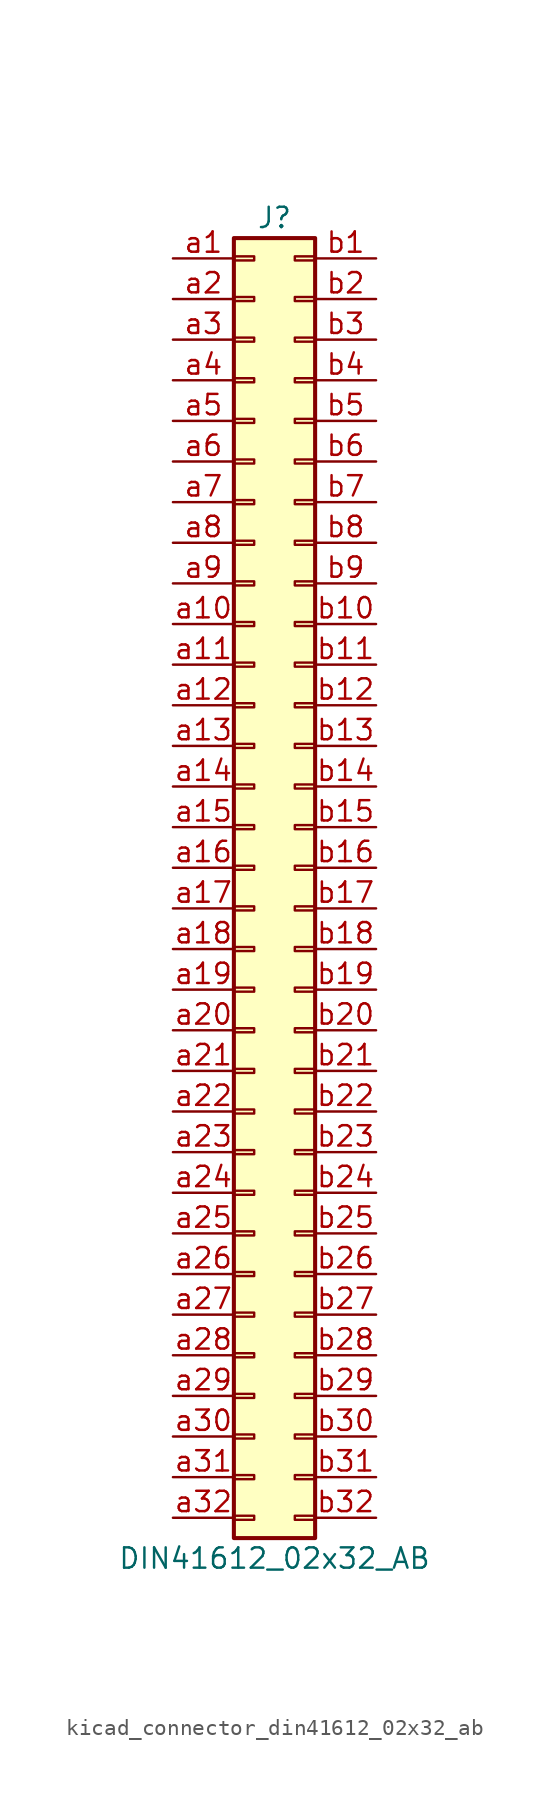
<source format=kicad_sym>
(kicad_symbol_lib
  (version 20220914)
  (generator kicad_symbol_editor)
  (symbol "kicad_connector_din41612_02x32_ab"
    (pin_names
      (offset 1.016) hide)
    (property "Reference" "J"
      (at 1.27 40.64 0)
      (effects (font (size 1.27 1.27))))
    (property "Value" "DIN41612_02x32_AB"
      (at 1.27 -43.18 0)
      (effects (font (size 1.27 1.27))))
    (symbol "kicad_connector_din41612_02x32_ab_1_1"
      (rectangle (start -1.27 -40.513) (end 0 -40.767) (stroke (width 0.152) (type default)) (fill (type none)))
      (rectangle (start -1.27 -37.973) (end 0 -38.227) (stroke (width 0.152) (type default)) (fill (type none)))
      (rectangle (start -1.27 -35.433) (end 0 -35.687) (stroke (width 0.152) (type default)) (fill (type none)))
      (rectangle (start -1.27 -32.893) (end 0 -33.147) (stroke (width 0.152) (type default)) (fill (type none)))
      (rectangle (start -1.27 -30.353) (end 0 -30.607) (stroke (width 0.152) (type default)) (fill (type none)))
      (rectangle (start -1.27 -27.813) (end 0 -28.067) (stroke (width 0.152) (type default)) (fill (type none)))
      (rectangle (start -1.27 -25.273) (end 0 -25.527) (stroke (width 0.152) (type default)) (fill (type none)))
      (rectangle (start -1.27 -22.733) (end 0 -22.987) (stroke (width 0.152) (type default)) (fill (type none)))
      (rectangle (start -1.27 -20.193) (end 0 -20.447) (stroke (width 0.152) (type default)) (fill (type none)))
      (rectangle (start -1.27 -17.653) (end 0 -17.907) (stroke (width 0.152) (type default)) (fill (type none)))
      (rectangle (start -1.27 -15.113) (end 0 -15.367) (stroke (width 0.152) (type default)) (fill (type none)))
      (rectangle (start -1.27 -12.573) (end 0 -12.827) (stroke (width 0.152) (type default)) (fill (type none)))
      (rectangle (start -1.27 -10.033) (end 0 -10.287) (stroke (width 0.152) (type default)) (fill (type none)))
      (rectangle (start -1.27 -7.493) (end 0 -7.747) (stroke (width 0.152) (type default)) (fill (type none)))
      (rectangle (start -1.27 -4.953) (end 0 -5.207) (stroke (width 0.152) (type default)) (fill (type none)))
      (rectangle (start -1.27 -2.413) (end 0 -2.667) (stroke (width 0.152) (type default)) (fill (type none)))
      (rectangle (start -1.27 0.127) (end 0 -0.127) (stroke (width 0.152) (type default)) (fill (type none)))
      (rectangle (start -1.27 2.667) (end 0 2.413) (stroke (width 0.152) (type default)) (fill (type none)))
      (rectangle (start -1.27 5.207) (end 0 4.953) (stroke (width 0.152) (type default)) (fill (type none)))
      (rectangle (start -1.27 7.747) (end 0 7.493) (stroke (width 0.152) (type default)) (fill (type none)))
      (rectangle (start -1.27 10.287) (end 0 10.033) (stroke (width 0.152) (type default)) (fill (type none)))
      (rectangle (start -1.27 12.827) (end 0 12.573) (stroke (width 0.152) (type default)) (fill (type none)))
      (rectangle (start -1.27 15.367) (end 0 15.113) (stroke (width 0.152) (type default)) (fill (type none)))
      (rectangle (start -1.27 17.907) (end 0 17.653) (stroke (width 0.152) (type default)) (fill (type none)))
      (rectangle (start -1.27 20.447) (end 0 20.193) (stroke (width 0.152) (type default)) (fill (type none)))
      (rectangle (start -1.27 22.987) (end 0 22.733) (stroke (width 0.152) (type default)) (fill (type none)))
      (rectangle (start -1.27 25.527) (end 0 25.273) (stroke (width 0.152) (type default)) (fill (type none)))
      (rectangle (start -1.27 28.067) (end 0 27.813) (stroke (width 0.152) (type default)) (fill (type none)))
      (rectangle (start -1.27 30.607) (end 0 30.353) (stroke (width 0.152) (type default)) (fill (type none)))
      (rectangle (start -1.27 33.147) (end 0 32.893) (stroke (width 0.152) (type default)) (fill (type none)))
      (rectangle (start -1.27 35.687) (end 0 35.433) (stroke (width 0.152) (type default)) (fill (type none)))
      (rectangle (start -1.27 38.227) (end 0 37.973) (stroke (width 0.152) (type default)) (fill (type none)))
      (rectangle (start -1.27 39.37) (end 3.81 -41.91) (stroke (width 0.254) (type default)) (fill (type background)))
      (rectangle (start 3.81 -40.513) (end 2.54 -40.767) (stroke (width 0.152) (type default)) (fill (type none)))
      (rectangle (start 3.81 -37.973) (end 2.54 -38.227) (stroke (width 0.152) (type default)) (fill (type none)))
      (rectangle (start 3.81 -35.433) (end 2.54 -35.687) (stroke (width 0.152) (type default)) (fill (type none)))
      (rectangle (start 3.81 -32.893) (end 2.54 -33.147) (stroke (width 0.152) (type default)) (fill (type none)))
      (rectangle (start 3.81 -30.353) (end 2.54 -30.607) (stroke (width 0.152) (type default)) (fill (type none)))
      (rectangle (start 3.81 -27.813) (end 2.54 -28.067) (stroke (width 0.152) (type default)) (fill (type none)))
      (rectangle (start 3.81 -25.273) (end 2.54 -25.527) (stroke (width 0.152) (type default)) (fill (type none)))
      (rectangle (start 3.81 -22.733) (end 2.54 -22.987) (stroke (width 0.152) (type default)) (fill (type none)))
      (rectangle (start 3.81 -20.193) (end 2.54 -20.447) (stroke (width 0.152) (type default)) (fill (type none)))
      (rectangle (start 3.81 -17.653) (end 2.54 -17.907) (stroke (width 0.152) (type default)) (fill (type none)))
      (rectangle (start 3.81 -15.113) (end 2.54 -15.367) (stroke (width 0.152) (type default)) (fill (type none)))
      (rectangle (start 3.81 -12.573) (end 2.54 -12.827) (stroke (width 0.152) (type default)) (fill (type none)))
      (rectangle (start 3.81 -10.033) (end 2.54 -10.287) (stroke (width 0.152) (type default)) (fill (type none)))
      (rectangle (start 3.81 -7.493) (end 2.54 -7.747) (stroke (width 0.152) (type default)) (fill (type none)))
      (rectangle (start 3.81 -4.953) (end 2.54 -5.207) (stroke (width 0.152) (type default)) (fill (type none)))
      (rectangle (start 3.81 -2.413) (end 2.54 -2.667) (stroke (width 0.152) (type default)) (fill (type none)))
      (rectangle (start 3.81 0.127) (end 2.54 -0.127) (stroke (width 0.152) (type default)) (fill (type none)))
      (rectangle (start 3.81 2.667) (end 2.54 2.413) (stroke (width 0.152) (type default)) (fill (type none)))
      (rectangle (start 3.81 5.207) (end 2.54 4.953) (stroke (width 0.152) (type default)) (fill (type none)))
      (rectangle (start 3.81 7.747) (end 2.54 7.493) (stroke (width 0.152) (type default)) (fill (type none)))
      (rectangle (start 3.81 10.287) (end 2.54 10.033) (stroke (width 0.152) (type default)) (fill (type none)))
      (rectangle (start 3.81 12.827) (end 2.54 12.573) (stroke (width 0.152) (type default)) (fill (type none)))
      (rectangle (start 3.81 15.367) (end 2.54 15.113) (stroke (width 0.152) (type default)) (fill (type none)))
      (rectangle (start 3.81 17.907) (end 2.54 17.653) (stroke (width 0.152) (type default)) (fill (type none)))
      (rectangle (start 3.81 20.447) (end 2.54 20.193) (stroke (width 0.152) (type default)) (fill (type none)))
      (rectangle (start 3.81 22.987) (end 2.54 22.733) (stroke (width 0.152) (type default)) (fill (type none)))
      (rectangle (start 3.81 25.527) (end 2.54 25.273) (stroke (width 0.152) (type default)) (fill (type none)))
      (rectangle (start 3.81 28.067) (end 2.54 27.813) (stroke (width 0.152) (type default)) (fill (type none)))
      (rectangle (start 3.81 30.607) (end 2.54 30.353) (stroke (width 0.152) (type default)) (fill (type none)))
      (rectangle (start 3.81 33.147) (end 2.54 32.893) (stroke (width 0.152) (type default)) (fill (type none)))
      (rectangle (start 3.81 35.687) (end 2.54 35.433) (stroke (width 0.152) (type default)) (fill (type none)))
      (rectangle (start 3.81 38.227) (end 2.54 37.973) (stroke (width 0.152) (type default)) (fill (type none)))
      (pin passive line (at -5.08 38.1 0) (length 3.81) (name "Pin_a1" (effects (font (size 1.27 1.27)))) (number "a1" (effects (font (size 1.27 1.27)))))
      (pin passive line (at -5.08 15.24 0) (length 3.81) (name "Pin_a10" (effects (font (size 1.27 1.27)))) (number "a10" (effects (font (size 1.27 1.27)))))
      (pin passive line (at -5.08 12.7 0) (length 3.81) (name "Pin_a11" (effects (font (size 1.27 1.27)))) (number "a11" (effects (font (size 1.27 1.27)))))
      (pin passive line (at -5.08 10.16 0) (length 3.81) (name "Pin_a12" (effects (font (size 1.27 1.27)))) (number "a12" (effects (font (size 1.27 1.27)))))
      (pin passive line (at -5.08 7.62 0) (length 3.81) (name "Pin_a13" (effects (font (size 1.27 1.27)))) (number "a13" (effects (font (size 1.27 1.27)))))
      (pin passive line (at -5.08 5.08 0) (length 3.81) (name "Pin_a14" (effects (font (size 1.27 1.27)))) (number "a14" (effects (font (size 1.27 1.27)))))
      (pin passive line (at -5.08 2.54 0) (length 3.81) (name "Pin_a15" (effects (font (size 1.27 1.27)))) (number "a15" (effects (font (size 1.27 1.27)))))
      (pin passive line (at -5.08 0 0) (length 3.81) (name "Pin_a16" (effects (font (size 1.27 1.27)))) (number "a16" (effects (font (size 1.27 1.27)))))
      (pin passive line (at -5.08 -2.54 0) (length 3.81) (name "Pin_a17" (effects (font (size 1.27 1.27)))) (number "a17" (effects (font (size 1.27 1.27)))))
      (pin passive line (at -5.08 -5.08 0) (length 3.81) (name "Pin_a18" (effects (font (size 1.27 1.27)))) (number "a18" (effects (font (size 1.27 1.27)))))
      (pin passive line (at -5.08 -7.62 0) (length 3.81) (name "Pin_a19" (effects (font (size 1.27 1.27)))) (number "a19" (effects (font (size 1.27 1.27)))))
      (pin passive line (at -5.08 35.56 0) (length 3.81) (name "Pin_a2" (effects (font (size 1.27 1.27)))) (number "a2" (effects (font (size 1.27 1.27)))))
      (pin passive line (at -5.08 -10.16 0) (length 3.81) (name "Pin_a20" (effects (font (size 1.27 1.27)))) (number "a20" (effects (font (size 1.27 1.27)))))
      (pin passive line (at -5.08 -12.7 0) (length 3.81) (name "Pin_a21" (effects (font (size 1.27 1.27)))) (number "a21" (effects (font (size 1.27 1.27)))))
      (pin passive line (at -5.08 -15.24 0) (length 3.81) (name "Pin_a22" (effects (font (size 1.27 1.27)))) (number "a22" (effects (font (size 1.27 1.27)))))
      (pin passive line (at -5.08 -17.78 0) (length 3.81) (name "Pin_a23" (effects (font (size 1.27 1.27)))) (number "a23" (effects (font (size 1.27 1.27)))))
      (pin passive line (at -5.08 -20.32 0) (length 3.81) (name "Pin_a24" (effects (font (size 1.27 1.27)))) (number "a24" (effects (font (size 1.27 1.27)))))
      (pin passive line (at -5.08 -22.86 0) (length 3.81) (name "Pin_a25" (effects (font (size 1.27 1.27)))) (number "a25" (effects (font (size 1.27 1.27)))))
      (pin passive line (at -5.08 -25.4 0) (length 3.81) (name "Pin_a26" (effects (font (size 1.27 1.27)))) (number "a26" (effects (font (size 1.27 1.27)))))
      (pin passive line (at -5.08 -27.94 0) (length 3.81) (name "Pin_a27" (effects (font (size 1.27 1.27)))) (number "a27" (effects (font (size 1.27 1.27)))))
      (pin passive line (at -5.08 -30.48 0) (length 3.81) (name "Pin_a28" (effects (font (size 1.27 1.27)))) (number "a28" (effects (font (size 1.27 1.27)))))
      (pin passive line (at -5.08 -33.02 0) (length 3.81) (name "Pin_a29" (effects (font (size 1.27 1.27)))) (number "a29" (effects (font (size 1.27 1.27)))))
      (pin passive line (at -5.08 33.02 0) (length 3.81) (name "Pin_a3" (effects (font (size 1.27 1.27)))) (number "a3" (effects (font (size 1.27 1.27)))))
      (pin passive line (at -5.08 -35.56 0) (length 3.81) (name "Pin_a30" (effects (font (size 1.27 1.27)))) (number "a30" (effects (font (size 1.27 1.27)))))
      (pin passive line (at -5.08 -38.1 0) (length 3.81) (name "Pin_a31" (effects (font (size 1.27 1.27)))) (number "a31" (effects (font (size 1.27 1.27)))))
      (pin passive line (at -5.08 -40.64 0) (length 3.81) (name "Pin_a32" (effects (font (size 1.27 1.27)))) (number "a32" (effects (font (size 1.27 1.27)))))
      (pin passive line (at -5.08 30.48 0) (length 3.81) (name "Pin_a4" (effects (font (size 1.27 1.27)))) (number "a4" (effects (font (size 1.27 1.27)))))
      (pin passive line (at -5.08 27.94 0) (length 3.81) (name "Pin_a5" (effects (font (size 1.27 1.27)))) (number "a5" (effects (font (size 1.27 1.27)))))
      (pin passive line (at -5.08 25.4 0) (length 3.81) (name "Pin_a6" (effects (font (size 1.27 1.27)))) (number "a6" (effects (font (size 1.27 1.27)))))
      (pin passive line (at -5.08 22.86 0) (length 3.81) (name "Pin_a7" (effects (font (size 1.27 1.27)))) (number "a7" (effects (font (size 1.27 1.27)))))
      (pin passive line (at -5.08 20.32 0) (length 3.81) (name "Pin_a8" (effects (font (size 1.27 1.27)))) (number "a8" (effects (font (size 1.27 1.27)))))
      (pin passive line (at -5.08 17.78 0) (length 3.81) (name "Pin_a9" (effects (font (size 1.27 1.27)))) (number "a9" (effects (font (size 1.27 1.27)))))
      (pin passive line (at 7.62 38.1 180) (length 3.81) (name "Pin_b1" (effects (font (size 1.27 1.27)))) (number "b1" (effects (font (size 1.27 1.27)))))
      (pin passive line (at 7.62 15.24 180) (length 3.81) (name "Pin_b10" (effects (font (size 1.27 1.27)))) (number "b10" (effects (font (size 1.27 1.27)))))
      (pin passive line (at 7.62 12.7 180) (length 3.81) (name "Pin_b11" (effects (font (size 1.27 1.27)))) (number "b11" (effects (font (size 1.27 1.27)))))
      (pin passive line (at 7.62 10.16 180) (length 3.81) (name "Pin_b12" (effects (font (size 1.27 1.27)))) (number "b12" (effects (font (size 1.27 1.27)))))
      (pin passive line (at 7.62 7.62 180) (length 3.81) (name "Pin_b13" (effects (font (size 1.27 1.27)))) (number "b13" (effects (font (size 1.27 1.27)))))
      (pin passive line (at 7.62 5.08 180) (length 3.81) (name "Pin_b14" (effects (font (size 1.27 1.27)))) (number "b14" (effects (font (size 1.27 1.27)))))
      (pin passive line (at 7.62 2.54 180) (length 3.81) (name "Pin_b15" (effects (font (size 1.27 1.27)))) (number "b15" (effects (font (size 1.27 1.27)))))
      (pin passive line (at 7.62 0 180) (length 3.81) (name "Pin_b16" (effects (font (size 1.27 1.27)))) (number "b16" (effects (font (size 1.27 1.27)))))
      (pin passive line (at 7.62 -2.54 180) (length 3.81) (name "Pin_b17" (effects (font (size 1.27 1.27)))) (number "b17" (effects (font (size 1.27 1.27)))))
      (pin passive line (at 7.62 -5.08 180) (length 3.81) (name "Pin_b18" (effects (font (size 1.27 1.27)))) (number "b18" (effects (font (size 1.27 1.27)))))
      (pin passive line (at 7.62 -7.62 180) (length 3.81) (name "Pin_b19" (effects (font (size 1.27 1.27)))) (number "b19" (effects (font (size 1.27 1.27)))))
      (pin passive line (at 7.62 35.56 180) (length 3.81) (name "Pin_b2" (effects (font (size 1.27 1.27)))) (number "b2" (effects (font (size 1.27 1.27)))))
      (pin passive line (at 7.62 -10.16 180) (length 3.81) (name "Pin_b20" (effects (font (size 1.27 1.27)))) (number "b20" (effects (font (size 1.27 1.27)))))
      (pin passive line (at 7.62 -12.7 180) (length 3.81) (name "Pin_b21" (effects (font (size 1.27 1.27)))) (number "b21" (effects (font (size 1.27 1.27)))))
      (pin passive line (at 7.62 -15.24 180) (length 3.81) (name "Pin_b22" (effects (font (size 1.27 1.27)))) (number "b22" (effects (font (size 1.27 1.27)))))
      (pin passive line (at 7.62 -17.78 180) (length 3.81) (name "Pin_b23" (effects (font (size 1.27 1.27)))) (number "b23" (effects (font (size 1.27 1.27)))))
      (pin passive line (at 7.62 -20.32 180) (length 3.81) (name "Pin_b24" (effects (font (size 1.27 1.27)))) (number "b24" (effects (font (size 1.27 1.27)))))
      (pin passive line (at 7.62 -22.86 180) (length 3.81) (name "Pin_b25" (effects (font (size 1.27 1.27)))) (number "b25" (effects (font (size 1.27 1.27)))))
      (pin passive line (at 7.62 -25.4 180) (length 3.81) (name "Pin_b26" (effects (font (size 1.27 1.27)))) (number "b26" (effects (font (size 1.27 1.27)))))
      (pin passive line (at 7.62 -27.94 180) (length 3.81) (name "Pin_b27" (effects (font (size 1.27 1.27)))) (number "b27" (effects (font (size 1.27 1.27)))))
      (pin passive line (at 7.62 -30.48 180) (length 3.81) (name "Pin_b28" (effects (font (size 1.27 1.27)))) (number "b28" (effects (font (size 1.27 1.27)))))
      (pin passive line (at 7.62 -33.02 180) (length 3.81) (name "Pin_b29" (effects (font (size 1.27 1.27)))) (number "b29" (effects (font (size 1.27 1.27)))))
      (pin passive line (at 7.62 33.02 180) (length 3.81) (name "Pin_b3" (effects (font (size 1.27 1.27)))) (number "b3" (effects (font (size 1.27 1.27)))))
      (pin passive line (at 7.62 -35.56 180) (length 3.81) (name "Pin_b30" (effects (font (size 1.27 1.27)))) (number "b30" (effects (font (size 1.27 1.27)))))
      (pin passive line (at 7.62 -38.1 180) (length 3.81) (name "Pin_b31" (effects (font (size 1.27 1.27)))) (number "b31" (effects (font (size 1.27 1.27)))))
      (pin passive line (at 7.62 -40.64 180) (length 3.81) (name "Pin_b32" (effects (font (size 1.27 1.27)))) (number "b32" (effects (font (size 1.27 1.27)))))
      (pin passive line (at 7.62 30.48 180) (length 3.81) (name "Pin_b4" (effects (font (size 1.27 1.27)))) (number "b4" (effects (font (size 1.27 1.27)))))
      (pin passive line (at 7.62 27.94 180) (length 3.81) (name "Pin_b5" (effects (font (size 1.27 1.27)))) (number "b5" (effects (font (size 1.27 1.27)))))
      (pin passive line (at 7.62 25.4 180) (length 3.81) (name "Pin_b6" (effects (font (size 1.27 1.27)))) (number "b6" (effects (font (size 1.27 1.27)))))
      (pin passive line (at 7.62 22.86 180) (length 3.81) (name "Pin_b7" (effects (font (size 1.27 1.27)))) (number "b7" (effects (font (size 1.27 1.27)))))
      (pin passive line (at 7.62 20.32 180) (length 3.81) (name "Pin_b8" (effects (font (size 1.27 1.27)))) (number "b8" (effects (font (size 1.27 1.27)))))
      (pin passive line (at 7.62 17.78 180) (length 3.81) (name "Pin_b9" (effects (font (size 1.27 1.27)))) (number "b9" (effects (font (size 1.27 1.27))))))))
</source>
